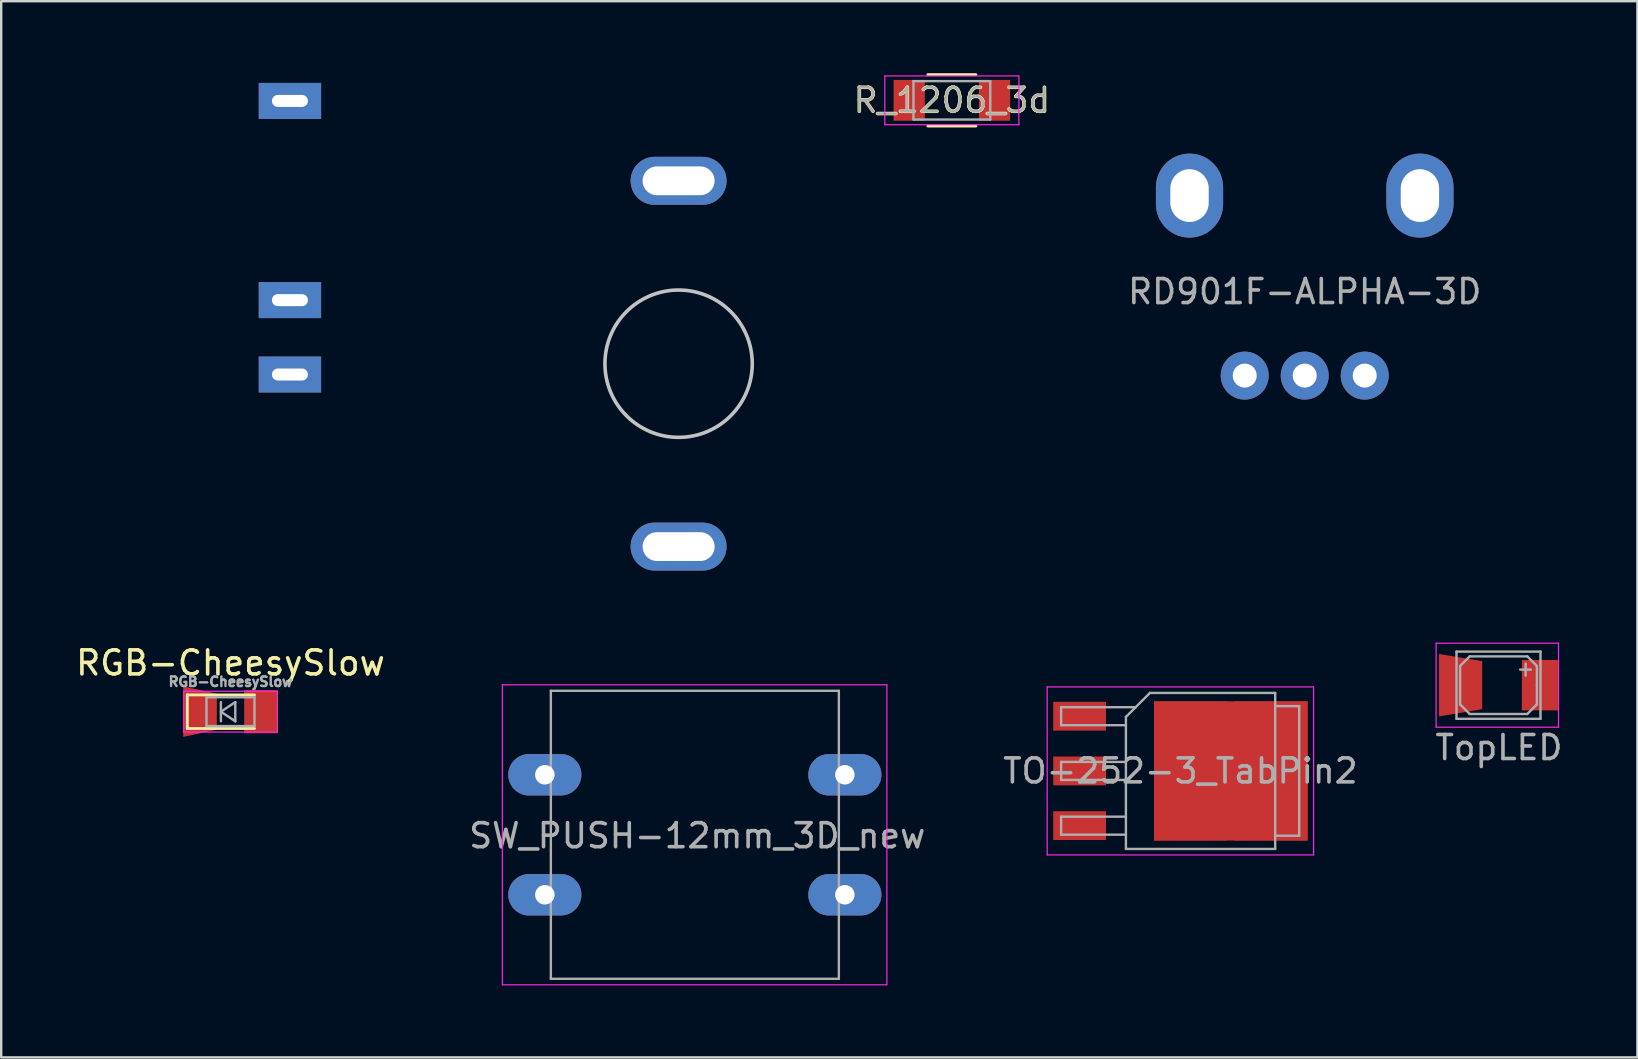
<source format=kicad_pcb>
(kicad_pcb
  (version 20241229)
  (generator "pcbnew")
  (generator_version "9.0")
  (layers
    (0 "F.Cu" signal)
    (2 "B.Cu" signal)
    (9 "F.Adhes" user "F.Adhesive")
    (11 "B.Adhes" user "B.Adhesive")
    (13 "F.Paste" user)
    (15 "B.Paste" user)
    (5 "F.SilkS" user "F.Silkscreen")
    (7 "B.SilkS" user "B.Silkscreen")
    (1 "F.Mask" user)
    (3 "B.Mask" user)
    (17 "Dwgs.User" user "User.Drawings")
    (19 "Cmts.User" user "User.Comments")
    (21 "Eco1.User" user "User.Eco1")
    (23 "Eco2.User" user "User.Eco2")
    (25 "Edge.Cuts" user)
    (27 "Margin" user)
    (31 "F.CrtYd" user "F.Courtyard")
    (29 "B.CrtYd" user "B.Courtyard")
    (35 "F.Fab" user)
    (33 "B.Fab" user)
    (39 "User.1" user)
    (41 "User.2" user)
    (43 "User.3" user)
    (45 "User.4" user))
  (footprint "TO-252-3_TabPin2"
    (layer "F.Cu")
    (at 46.133 29.072)
    (property "Reference" "TO-252-3_TabPin2" (at 0 -4.5 180) (layer "Eco2.User") (effects (font (size 1 1) (thickness 0.15))))
    (attr smd)
    (fp_line (start -5.55 -3.5) (end -5.55 3.5) (stroke (width 0.05) (type solid)) (layer "F.CrtYd"))
    (fp_line (start -5.55 3.5) (end 5.55 3.5) (stroke (width 0.05) (type solid)) (layer "F.CrtYd"))
    (fp_line (start 5.55 -3.5) (end -5.55 -3.5) (stroke (width 0.05) (type solid)) (layer "F.CrtYd"))
    (fp_line (start 5.55 3.5) (end 5.55 -3.5) (stroke (width 0.05) (type solid)) (layer "F.CrtYd"))
    (fp_line (start -4.97 -2.655) (end -4.97 -1.905) (stroke (width 0.1) (type solid)) (layer "F.Fab"))
    (fp_line (start -4.97 -1.905) (end -2.27 -1.905) (stroke (width 0.1) (type solid)) (layer "F.Fab"))
    (fp_line (start -4.97 -0.375) (end -4.97 0.375) (stroke (width 0.1) (type solid)) (layer "F.Fab"))
    (fp_line (start -4.97 0.375) (end -2.27 0.375) (stroke (width 0.1) (type solid)) (layer "F.Fab"))
    (fp_line (start -4.97 1.905) (end -4.97 2.655) (stroke (width 0.1) (type solid)) (layer "F.Fab"))
    (fp_line (start -4.97 2.655) (end -2.27 2.655) (stroke (width 0.1) (type solid)) (layer "F.Fab"))
    (fp_line (start -2.27 -2.25) (end -1.27 -3.25) (stroke (width 0.1) (type solid)) (layer "F.Fab"))
    (fp_line (start -2.27 -0.375) (end -4.97 -0.375) (stroke (width 0.1) (type solid)) (layer "F.Fab"))
    (fp_line (start -2.27 1.905) (end -4.97 1.905) (stroke (width 0.1) (type solid)) (layer "F.Fab"))
    (fp_line (start -2.27 3.25) (end -2.27 -2.25) (stroke (width 0.1) (type solid)) (layer "F.Fab"))
    (fp_line (start -1.865 -2.655) (end -4.97 -2.655) (stroke (width 0.1) (type solid)) (layer "F.Fab"))
    (fp_line (start -1.27 -3.25) (end 3.95 -3.25) (stroke (width 0.1) (type solid)) (layer "F.Fab"))
    (fp_line (start 3.95 -3.25) (end 3.95 3.25) (stroke (width 0.1) (type solid)) (layer "F.Fab"))
    (fp_line (start 3.95 -2.7) (end 4.95 -2.7) (stroke (width 0.1) (type solid)) (layer "F.Fab"))
    (fp_line (start 3.95 3.25) (end -2.27 3.25) (stroke (width 0.1) (type solid)) (layer "F.Fab"))
    (fp_line (start 4.95 -2.7) (end 4.95 2.7) (stroke (width 0.1) (type solid)) (layer "F.Fab"))
    (fp_line (start 4.95 2.7) (end 3.95 2.7) (stroke (width 0.1) (type solid)) (layer "F.Fab"))
    (fp_text user "${REFERENCE}" (at 0 0 180) (layer "F.Fab") (effects (font (size 1 1) (thickness 0.15))))
    (pad "1" smd rect (at -4.2 -2.28) (size 2.2 1.2) (layers "F.Cu" "F.Mask" "F.Paste"))
    (pad "2" smd rect (at -4.2 0) (size 2.2 1.2) (layers "F.Cu" "F.Mask" "F.Paste"))
    (pad "2" smd rect (at 0.425 -1.525) (size 3.05 2.75) (layers "F.Cu" "F.Paste"))
    (pad "2" smd rect (at 0.425 1.525) (size 3.05 2.75) (layers "F.Cu" "F.Paste"))
    (pad "2" smd rect (at 2.1 0) (size 6.4 5.8) (layers "F.Cu" "F.Mask"))
    (pad "2" smd rect (at 3.775 -1.525) (size 3.05 2.75) (layers "F.Cu" "F.Paste"))
    (pad "2" smd rect (at 3.775 1.525) (size 3.05 2.75) (layers "F.Cu" "F.Paste"))
    (pad "3" smd rect (at -4.2 2.28) (size 2.2 1.2) (layers "F.Cu" "F.Mask" "F.Paste")))
  (footprint "RD901F-ALPHA-3D"
    (layer "F.Cu")
    (at 51.313 5.1)
    (property "Reference" "RD901F-ALPHA-3D" (at 0 4 0) (layer "F.Fab") (effects (font (size 1 1) (thickness 0.15))))
    (attr through_hole)
    (fp_line (start -5 -5) (end 5 -5) (stroke (width 0.2) (type solid)) (layer "Eco2.User"))
    (fp_line (start -5 0) (end -5 -5) (stroke (width 0.2) (type solid)) (layer "Eco2.User"))
    (fp_line (start -5 6) (end -5 0) (stroke (width 0.2) (type solid)) (layer "Eco2.User"))
    (fp_line (start 5 -5) (end 5 6) (stroke (width 0.2) (type solid)) (layer "Eco2.User"))
    (fp_line (start 5 6) (end -5 6) (stroke (width 0.2) (type solid)) (layer "Eco2.User"))
    (fp_circle (center 0 0) (end 2.236 0) (stroke (width 0.2) (type solid)) (fill no) (layer "Eco2.User"))
    (pad "" thru_hole oval (at -4.8 0) (size 2.8 3.5) (drill oval 1.6 2.2) (layers "*.Cu" "*.Mask"))
    (pad "" thru_hole oval (at 4.8 0) (size 2.8 3.5) (drill oval 1.6 2.2) (layers "*.Cu" "*.Mask"))
    (pad "1" thru_hole circle (at -2.5 7.5) (size 2 2) (drill 1) (layers "*.Cu" "*.Mask"))
    (pad "2" thru_hole circle (at 0 7.5) (size 2 2) (drill 1) (layers "*.Cu" "*.Mask"))
    (pad "3" thru_hole circle (at 2.5 7.5) (size 2 2) (drill 1) (layers "*.Cu" "*.Mask")))
  (footprint "TopLED"
    (layer "F.Cu")
    (at 59.587 25.499)
    (property "Reference" "TopLED" (at -0.18 2.6 0) (layer "F.Fab") (effects (font (size 1 1) (thickness 0.15))))
    (attr smd)
    (fp_line (start -2.8 -1.75) (end 2.3 -1.75) (stroke (width 0.05) (type solid)) (layer "F.CrtYd"))
    (fp_line (start -2.8 1.75) (end -2.8 -1.75) (stroke (width 0.05) (type solid)) (layer "F.CrtYd"))
    (fp_line (start 2.3 -1.75) (end 2.3 1.75) (stroke (width 0.05) (type solid)) (layer "F.CrtYd"))
    (fp_line (start 2.3 1.75) (end -2.8 1.75) (stroke (width 0.05) (type solid)) (layer "F.CrtYd"))
    (fp_line (start -1.95 -1.4) (end 1.55 -1.4) (stroke (width 0.1) (type solid)) (layer "F.Fab"))
    (fp_line (start -1.95 1.4) (end -1.95 -1.4) (stroke (width 0.1) (type solid)) (layer "F.Fab"))
    (fp_line (start -1.8 -0.8) (end -1.4 -1.2) (stroke (width 0.1) (type solid)) (layer "F.Fab"))
    (fp_line (start -1.8 0.8) (end -1.8 -0.8) (stroke (width 0.1) (type solid)) (layer "F.Fab"))
    (fp_line (start -1.4 -1.2) (end 1 -1.2) (stroke (width 0.1) (type solid)) (layer "F.Fab"))
    (fp_line (start -1.4 1.2) (end -1.8 0.8) (stroke (width 0.1) (type solid)) (layer "F.Fab"))
    (fp_line (start 0.93 -0.4) (end 0.93 -0.9) (stroke (width 0.1) (type solid)) (layer "F.Fab"))
    (fp_line (start 1 -1.2) (end 1.4 -0.8) (stroke (width 0.1) (type solid)) (layer "F.Fab"))
    (fp_line (start 1 1.2) (end -1.4 1.2) (stroke (width 0.1) (type solid)) (layer "F.Fab"))
    (fp_line (start 1.15 -0.65) (end 0.7 -0.65) (stroke (width 0.1) (type solid)) (layer "F.Fab"))
    (fp_line (start 1.4 -0.8) (end 1.4 0) (stroke (width 0.1) (type solid)) (layer "F.Fab"))
    (fp_line (start 1.4 0) (end 1.4 0.8) (stroke (width 0.1) (type solid)) (layer "F.Fab"))
    (fp_line (start 1.4 0.8) (end 1 1.2) (stroke (width 0.1) (type solid)) (layer "F.Fab"))
    (fp_line (start 1.55 -1.4) (end 1.55 1.4) (stroke (width 0.1) (type solid)) (layer "F.Fab"))
    (fp_line (start 1.55 1.4) (end -1.95 1.4) (stroke (width 0.1) (type solid)) (layer "F.Fab"))
    (pad "1" smd trapezoid (at -1.778 0 180) (size 1.8 2.3) (rect_delta -0.3 0) (layers "F.Cu" "F.Mask" "F.Paste"))
    (pad "2" smd rect (at 1.524 0 180) (size 1.5 2.1) (layers "F.Cu" "F.Mask" "F.Paste")))
  (footprint "SW_PUSH-12mm_3D_new"
    (layer "F.Cu")
    (at 26.015 31.772)
    (property "Reference" "SW_PUSH-12mm_3D_new" (at -0.283 -7.2 0) (layer "Eco2.User") (effects (font (size 1 1) (thickness 0.15))))
    (attr through_hole)
    (fp_line (start -6.263 -6.19) (end 6.037 -6.19) (stroke (width 0.12) (type solid)) (layer "Eco2.User"))
    (fp_line (start -6.263 -3.47) (end -6.263 -6.19) (stroke (width 0.12) (type solid)) (layer "Eco2.User"))
    (fp_line (start -6.263 1.53) (end -6.263 -1.61) (stroke (width 0.12) (type solid)) (layer "Eco2.User"))
    (fp_line (start -6.263 6.11) (end -6.263 3.39) (stroke (width 0.12) (type solid)) (layer "Eco2.User"))
    (fp_line (start 6.037 -6.19) (end 6.037 -3.47) (stroke (width 0.12) (type solid)) (layer "Eco2.User"))
    (fp_line (start 6.037 -1.61) (end 6.037 1.53) (stroke (width 0.12) (type solid)) (layer "Eco2.User"))
    (fp_line (start 6.037 3.39) (end 6.037 6.11) (stroke (width 0.12) (type solid)) (layer "Eco2.User"))
    (fp_line (start 6.037 6.11) (end -6.263 6.11) (stroke (width 0.12) (type solid)) (layer "Eco2.User"))
    (fp_circle (center -0.013 0) (end 4.566 0) (stroke (width 0.12) (type solid)) (fill no) (layer "Eco2.User"))
    (fp_line (start -8.133 -6.29) (end -8.133 6.21) (stroke (width 0.05) (type solid)) (layer "F.CrtYd"))
    (fp_line (start -8.133 -6.29) (end 7.887 -6.29) (stroke (width 0.05) (type solid)) (layer "F.CrtYd"))
    (fp_line (start 7.887 6.21) (end -8.133 6.21) (stroke (width 0.05) (type solid)) (layer "F.CrtYd"))
    (fp_line (start 7.887 6.21) (end 7.887 -6.29) (stroke (width 0.05) (type solid)) (layer "F.CrtYd"))
    (fp_line (start -6.113 -6.04) (end -6.113 5.96) (stroke (width 0.1) (type solid)) (layer "F.Fab"))
    (fp_line (start -6.113 -6.04) (end 5.887 -6.04) (stroke (width 0.1) (type solid)) (layer "F.Fab"))
    (fp_line (start -6.113 5.96) (end 5.887 5.96) (stroke (width 0.1) (type solid)) (layer "F.Fab"))
    (fp_line (start 5.887 -6.04) (end 5.887 5.96) (stroke (width 0.1) (type solid)) (layer "F.Fab"))
    (fp_text user "${REFERENCE}" (at -0.013 0 0) (layer "F.Fab") (effects (font (size 1 1) (thickness 0.15))))
    (pad "1" thru_hole oval (at -6.363 -2.54) (size 3.048 1.727) (drill 0.813) (layers "*.Cu" "*.Mask"))
    (pad "1" thru_hole oval (at 6.137 -2.54) (size 3.048 1.727) (drill 0.813) (layers "*.Cu" "*.Mask"))
    (pad "2" thru_hole oval (at -6.363 2.46) (size 3.048 1.727) (drill 0.813) (layers "*.Cu" "*.Mask"))
    (pad "2" thru_hole oval (at 6.137 2.46) (size 3.048 1.727) (drill 0.813) (layers "*.Cu" "*.Mask")))
  (footprint "Push_SWITCH_no-hole"
    (layer "F.Cu")
    (at 25.225 12.104)
    (property "Reference" "Push_SWITCH_no-hole" (at -3.048 -3.556 270) (layer "Eco2.User") (effects (font (size 1 1) (thickness 0.178))))
    (attr exclude_from_pos_files exclude_from_bom)
    (fp_circle (center 0 0) (end -1.27 2.794) (stroke (width 0.15) (type solid)) (fill no) (layer "Dwgs.User"))
    (fp_line (start -4.064 -5.588) (end -4.064 5.334) (stroke (width 0.203) (type solid)) (layer "Eco2.User"))
    (fp_line (start -4.064 5.334) (end -3.048 6.35) (stroke (width 0.15) (type solid)) (layer "Eco2.User"))
    (fp_line (start -3.302 -6.35) (end -4.064 -5.588) (stroke (width 0.15) (type solid)) (layer "Eco2.User"))
    (fp_line (start -1.778 6.35) (end -3.048 6.35) (stroke (width 0.203) (type solid)) (layer "Eco2.User"))
    (fp_line (start -1.748 -6.35) (end -3.302 -6.35) (stroke (width 0.203) (type solid)) (layer "Eco2.User"))
    (fp_line (start 3.048 6.35) (end 1.748 6.35) (stroke (width 0.203) (type solid)) (layer "Eco2.User"))
    (fp_line (start 3.302 -6.35) (end 1.748 -6.35) (stroke (width 0.203) (type solid)) (layer "Eco2.User"))
    (fp_line (start 3.302 -6.35) (end 4.064 -5.588) (stroke (width 0.15) (type solid)) (layer "Eco2.User"))
    (fp_line (start 4.064 5.334) (end 3.048 6.35) (stroke (width 0.15) (type solid)) (layer "Eco2.User"))
    (fp_line (start 4.064 5.334) (end 4.064 -5.588) (stroke (width 0.203) (type solid)) (layer "Eco2.User"))
    (fp_circle (center 0 0) (end -1.524 1.778) (stroke (width 0.15) (type solid)) (fill no) (layer "Eco2.User"))
    (pad "1" thru_hole oval (at 0 -7.62) (size 4 2) (drill oval 3 1.2) (layers "*.Cu" "*.Mask"))
    (pad "2" thru_hole oval (at 0 7.62) (size 4 2) (drill oval 3 1.2) (layers "*.Cu" "*.Mask")))
  (footprint "RGB-CheesySlow"
    (layer "F.Cu")
    (at 6.554 26.604)
    (property "Reference" "RGB-CheesySlow" (at 0 -2.032 0) (layer "F.SilkS") (effects (font (size 1 1) (thickness 0.15))))
    (attr smd)
    (fp_line (start -1.8 -0.7) (end -1.8 0.7) (stroke (width 0.12) (type solid)) (layer "F.SilkS"))
    (fp_line (start -1.8 -0.7) (end 1 -0.7) (stroke (width 0.12) (type solid)) (layer "F.SilkS"))
    (fp_line (start -1.8 0.7) (end 1 0.7) (stroke (width 0.12) (type solid)) (layer "F.SilkS"))
    (fp_line (start -1.95 -0.85) (end 1.95 -0.85) (stroke (width 0.05) (type solid)) (layer "F.CrtYd"))
    (fp_line (start -1.95 0.85) (end -1.95 -0.85) (stroke (width 0.05) (type solid)) (layer "F.CrtYd"))
    (fp_line (start 1.95 -0.85) (end 1.95 0.85) (stroke (width 0.05) (type solid)) (layer "F.CrtYd"))
    (fp_line (start 1.95 0.85) (end -1.95 0.85) (stroke (width 0.05) (type solid)) (layer "F.CrtYd"))
    (fp_line (start -1 -0.6) (end 1 -0.6) (stroke (width 0.1) (type solid)) (layer "F.Fab"))
    (fp_line (start -1 0.6) (end -1 -0.6) (stroke (width 0.1) (type solid)) (layer "F.Fab"))
    (fp_line (start -0.4 -0.4) (end -0.4 0.4) (stroke (width 0.1) (type solid)) (layer "F.Fab"))
    (fp_line (start -0.4 0) (end 0.2 -0.4) (stroke (width 0.1) (type solid)) (layer "F.Fab"))
    (fp_line (start 0.2 -0.4) (end 0.2 0.4) (stroke (width 0.1) (type solid)) (layer "F.Fab"))
    (fp_line (start 0.2 0.4) (end -0.4 0) (stroke (width 0.1) (type solid)) (layer "F.Fab"))
    (fp_line (start 1 -0.6) (end 1 0.6) (stroke (width 0.1) (type solid)) (layer "F.Fab"))
    (fp_line (start 1 0.6) (end -1 0.6) (stroke (width 0.1) (type solid)) (layer "F.Fab"))
    (fp_text user "${REFERENCE}" (at 0 -1.25 0) (layer "F.Fab") (effects (font (size 0.4 0.4) (thickness 0.1))))
    (pad "1" smd trapezoid (at -1.27 0 180) (size 1.4 1.8) (rect_delta -0.3 0) (layers "F.Cu" "F.Mask" "F.Paste"))
    (pad "2" smd rect (at 1.27 0 180) (size 1.4 1.8) (layers "F.Cu" "F.Mask" "F.Paste")))
  (footprint "PJ301M-12_dusjagr_3d"
    (layer "F.Cu")
    (at 9.03 6.075)
    (property "Reference" "PJ301M-12_dusjagr_3d" (at 0 -3.048 0) (layer "Eco2.User") (effects (font (size 1 1) (thickness 0.15))))
    (attr through_hole)
    (fp_line (start -4.5 -6) (end -4.5 4.5) (stroke (width 0.15) (type solid)) (layer "Eco2.User"))
    (fp_line (start -4.5 -6) (end 4.5 -6) (stroke (width 0.15) (type solid)) (layer "Eco2.User"))
    (fp_line (start -4.5 4.5) (end 4.5 4.5) (stroke (width 0.15) (type solid)) (layer "Eco2.User"))
    (fp_line (start -4.445 3.81) (end -1.905 3.81) (stroke (width 0.15) (type solid)) (layer "Eco2.User"))
    (fp_line (start -1.905 -1.905) (end 1.905 -1.905) (stroke (width 0.15) (type solid)) (layer "Eco2.User"))
    (fp_line (start -1.905 3.81) (end -1.905 4.445) (stroke (width 0.15) (type solid)) (layer "Eco2.User"))
    (fp_line (start -1.905 4.445) (end 1.905 4.445) (stroke (width 0.15) (type solid)) (layer "Eco2.User"))
    (fp_line (start 1.905 1.905) (end -1.905 1.905) (stroke (width 0.15) (type solid)) (layer "Eco2.User"))
    (fp_line (start 1.905 3.81) (end 4.445 3.81) (stroke (width 0.15) (type solid)) (layer "Eco2.User"))
    (fp_line (start 1.905 4.445) (end 1.905 3.81) (stroke (width 0.15) (type solid)) (layer "Eco2.User"))
    (fp_line (start 4.5 -6) (end 4.5 4.5) (stroke (width 0.15) (type solid)) (layer "Eco2.User"))
    (fp_arc (start -1.905 1.905) (mid -2.694077 0) (end -1.905 -1.905) (stroke (width 0.15) (type solid)) (layer "Eco2.User"))
    (fp_arc (start 1.905 -1.905) (mid 2.694077 0) (end 1.905 1.905) (stroke (width 0.15) (type solid)) (layer "Eco2.User"))
    (fp_circle (center 0 0) (end 1.3 0) (stroke (width 0.15) (type solid)) (fill no) (layer "Eco2.User"))
    (fp_circle (center 0 0) (end 1.796 0) (stroke (width 0.15) (type solid)) (fill no) (layer "Eco2.User"))
    (pad "1" thru_hole rect (at 0 -4.92) (size 2.6 1.5) (drill oval 1.5 0.5) (layers "*.Cu" "*.Mask"))
    (pad "2" thru_hole rect (at 0 3.38) (size 2.6 1.5) (drill oval 1.5 0.5) (layers "*.Cu" "*.Mask"))
    (pad "3" thru_hole rect (at 0 6.48) (size 2.6 1.5) (drill oval 1.5 0.5) (layers "*.Cu" "*.Mask")))
  (footprint "R_1206_3d"
    (layer "F.Cu")
    (at 36.611 1.13)
    (property "Reference" "R_1206_3d" (at 0 0 180) (layer "F.SilkS") (effects (font (size 1 1) (thickness 0.15))))
    (attr smd)
    (fp_line (start -1 -1.07) (end 1 -1.07) (stroke (width 0.12) (type solid)) (layer "F.SilkS"))
    (fp_line (start 1 1.07) (end -1 1.07) (stroke (width 0.12) (type solid)) (layer "F.SilkS"))
    (fp_line (start -2.794 -1.016) (end -2.794 1.016) (stroke (width 0.05) (type solid)) (layer "F.CrtYd"))
    (fp_line (start -2.794 -1.016) (end 2.794 -1.016) (stroke (width 0.05) (type solid)) (layer "F.CrtYd"))
    (fp_line (start 2.794 1.016) (end -2.794 1.016) (stroke (width 0.05) (type solid)) (layer "F.CrtYd"))
    (fp_line (start 2.794 1.016) (end 2.794 -1.016) (stroke (width 0.05) (type solid)) (layer "F.CrtYd"))
    (fp_line (start -1.6 -0.8) (end 1.6 -0.8) (stroke (width 0.1) (type solid)) (layer "F.Fab"))
    (fp_line (start -1.6 0.8) (end -1.6 -0.8) (stroke (width 0.1) (type solid)) (layer "F.Fab"))
    (fp_line (start 1.6 -0.8) (end 1.6 0.8) (stroke (width 0.1) (type solid)) (layer "F.Fab"))
    (fp_line (start 1.6 0.8) (end -1.6 0.8) (stroke (width 0.1) (type solid)) (layer "F.Fab"))
    (fp_text user "${REFERENCE}" (at 0 0 180) (layer "F.Fab") (effects (font (size 1 1) (thickness 0.105))))
    (pad "1" smd rect (at -1.778 0) (size 1.3 1.7) (layers "F.Cu" "F.Mask" "F.Paste"))
    (pad "2" smd rect (at 1.778 0) (size 1.3 1.7) (layers "F.Cu" "F.Mask" "F.Paste")))
  (gr_rect
    (start -3 -3)
    (end 65.175 41.007)
    (stroke (width 0.1) (type default))
    (fill no)
    (layer "Edge.Cuts")))
</source>
